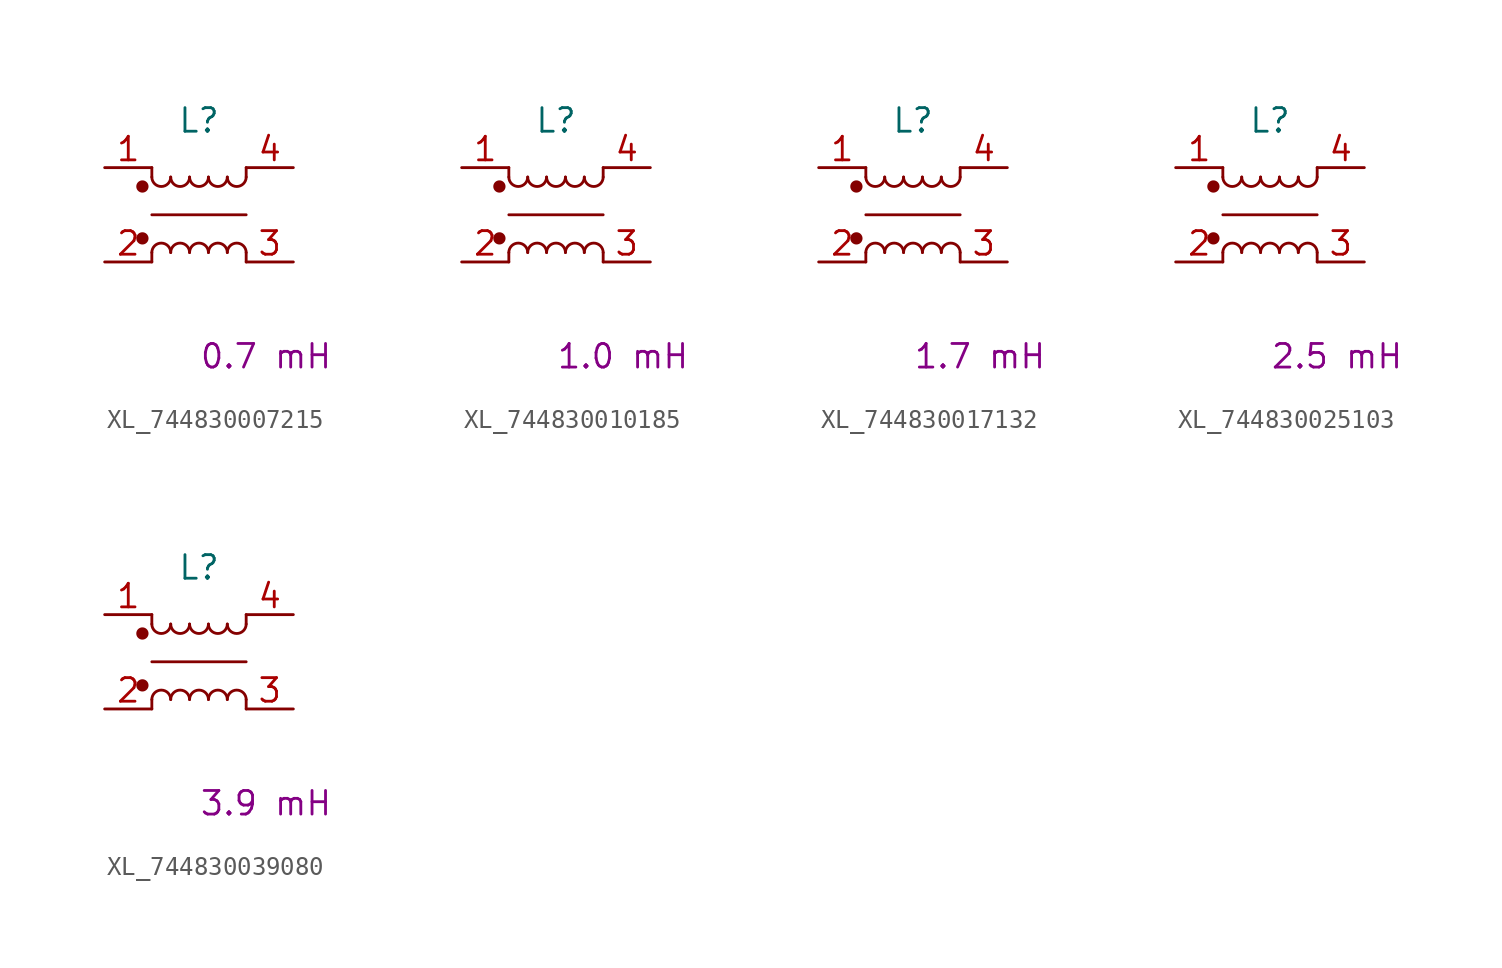
<source format=kicad_sym>
(kicad_symbol_lib
  (version 20220914)
  (generator kicad_symbol_editor)
  (symbol "XL_744830007215"
    (pin_names hide)
    (property "Reference" "L"
      (at 0 5.08 0)
      (effects (font (size 1.27 1.27))))
    (property "Critical Parameter" "0.7 mH"
      (at 0 -7.62 0)
      (effects (font (size 1.27 1.27)) (justify left)))
    (symbol "XL_744830007215_0_1"
      (circle (center -3.048 -1.27) (radius 0.254) (stroke (width 0) (type default)) (fill (type outline)))
      (circle (center -3.048 1.524) (radius 0.254) (stroke (width 0) (type default)) (fill (type outline)))
      (arc (start -2.54 2.032) (mid -2.032 1.5262) (end -1.524 2.032) (stroke (width 0) (type default)) (fill (type none)))
      (arc (start -1.524 -2.032) (mid -2.032 -1.5262) (end -2.54 -2.032) (stroke (width 0) (type default)) (fill (type none)))
      (arc (start -1.524 2.032) (mid -1.016 1.5262) (end -0.508 2.032) (stroke (width 0) (type default)) (fill (type none)))
      (arc (start -0.508 -2.032) (mid -1.016 -1.5262) (end -1.524 -2.032) (stroke (width 0) (type default)) (fill (type none)))
      (arc (start -0.508 2.032) (mid 0 1.5262) (end 0.508 2.032) (stroke (width 0) (type default)) (fill (type none)))
      (polyline (pts (xy -2.54 -2.032) (xy -2.54 -2.54)) (stroke (width 0) (type default)) (fill (type none)))
      (polyline (pts (xy -2.54 2.032) (xy -2.54 2.54)) (stroke (width 0) (type default)) (fill (type none)))
      (polyline (pts (xy 2.54 -2.032) (xy 2.54 -2.54)) (stroke (width 0) (type default)) (fill (type none)))
      (polyline (pts (xy 2.54 0) (xy -2.54 0)) (stroke (width 0) (type default)) (fill (type none)))
      (polyline (pts (xy 2.54 2.54) (xy 2.54 2.032)) (stroke (width 0) (type default)) (fill (type none)))
      (arc (start 0.508 -2.032) (mid 0 -1.5262) (end -0.508 -2.032) (stroke (width 0) (type default)) (fill (type none)))
      (arc (start 0.508 2.032) (mid 1.016 1.5262) (end 1.524 2.032) (stroke (width 0) (type default)) (fill (type none)))
      (arc (start 1.524 -2.032) (mid 1.016 -1.5262) (end 0.508 -2.032) (stroke (width 0) (type default)) (fill (type none)))
      (arc (start 1.524 2.032) (mid 2.032 1.5262) (end 2.54 2.032) (stroke (width 0) (type default)) (fill (type none)))
      (arc (start 2.54 -2.032) (mid 2.032 -1.5262) (end 1.524 -2.032) (stroke (width 0) (type default)) (fill (type none))))
    (symbol "XL_744830007215_1_1"
      (pin passive line (at -5.08 2.54 0) (length 2.54) (name "1" (effects (font (size 1.27 1.27)))) (number "1" (effects (font (size 1.27 1.27)))))
      (pin passive line (at -5.08 -2.54 0) (length 2.54) (name "2" (effects (font (size 1.27 1.27)))) (number "2" (effects (font (size 1.27 1.27)))))
      (pin passive line (at 5.08 -2.54 180) (length 2.54) (name "3" (effects (font (size 1.27 1.27)))) (number "3" (effects (font (size 1.27 1.27)))))
      (pin passive line (at 5.08 2.54 180) (length 2.54) (name "4" (effects (font (size 1.27 1.27)))) (number "4" (effects (font (size 1.27 1.27)))))))
  (symbol "XL_744830010185"
    (pin_names hide)
    (property "Reference" "L"
      (at 0 5.08 0)
      (effects (font (size 1.27 1.27))))
    (property "Critical Parameter" "1.0 mH"
      (at 0 -7.62 0)
      (effects (font (size 1.27 1.27)) (justify left)))
    (symbol "XL_744830010185_0_1"
      (circle (center -3.048 -1.27) (radius 0.254) (stroke (width 0) (type default)) (fill (type outline)))
      (circle (center -3.048 1.524) (radius 0.254) (stroke (width 0) (type default)) (fill (type outline)))
      (arc (start -2.54 2.032) (mid -2.032 1.5262) (end -1.524 2.032) (stroke (width 0) (type default)) (fill (type none)))
      (arc (start -1.524 -2.032) (mid -2.032 -1.5262) (end -2.54 -2.032) (stroke (width 0) (type default)) (fill (type none)))
      (arc (start -1.524 2.032) (mid -1.016 1.5262) (end -0.508 2.032) (stroke (width 0) (type default)) (fill (type none)))
      (arc (start -0.508 -2.032) (mid -1.016 -1.5262) (end -1.524 -2.032) (stroke (width 0) (type default)) (fill (type none)))
      (arc (start -0.508 2.032) (mid 0 1.5262) (end 0.508 2.032) (stroke (width 0) (type default)) (fill (type none)))
      (polyline (pts (xy -2.54 -2.032) (xy -2.54 -2.54)) (stroke (width 0) (type default)) (fill (type none)))
      (polyline (pts (xy -2.54 2.032) (xy -2.54 2.54)) (stroke (width 0) (type default)) (fill (type none)))
      (polyline (pts (xy 2.54 -2.032) (xy 2.54 -2.54)) (stroke (width 0) (type default)) (fill (type none)))
      (polyline (pts (xy 2.54 0) (xy -2.54 0)) (stroke (width 0) (type default)) (fill (type none)))
      (polyline (pts (xy 2.54 2.54) (xy 2.54 2.032)) (stroke (width 0) (type default)) (fill (type none)))
      (arc (start 0.508 -2.032) (mid 0 -1.5262) (end -0.508 -2.032) (stroke (width 0) (type default)) (fill (type none)))
      (arc (start 0.508 2.032) (mid 1.016 1.5262) (end 1.524 2.032) (stroke (width 0) (type default)) (fill (type none)))
      (arc (start 1.524 -2.032) (mid 1.016 -1.5262) (end 0.508 -2.032) (stroke (width 0) (type default)) (fill (type none)))
      (arc (start 1.524 2.032) (mid 2.032 1.5262) (end 2.54 2.032) (stroke (width 0) (type default)) (fill (type none)))
      (arc (start 2.54 -2.032) (mid 2.032 -1.5262) (end 1.524 -2.032) (stroke (width 0) (type default)) (fill (type none))))
    (symbol "XL_744830010185_1_1"
      (pin passive line (at -5.08 2.54 0) (length 2.54) (name "1" (effects (font (size 1.27 1.27)))) (number "1" (effects (font (size 1.27 1.27)))))
      (pin passive line (at -5.08 -2.54 0) (length 2.54) (name "2" (effects (font (size 1.27 1.27)))) (number "2" (effects (font (size 1.27 1.27)))))
      (pin passive line (at 5.08 -2.54 180) (length 2.54) (name "3" (effects (font (size 1.27 1.27)))) (number "3" (effects (font (size 1.27 1.27)))))
      (pin passive line (at 5.08 2.54 180) (length 2.54) (name "4" (effects (font (size 1.27 1.27)))) (number "4" (effects (font (size 1.27 1.27)))))))
  (symbol "XL_744830017132"
    (pin_names hide)
    (property "Reference" "L"
      (at 0 5.08 0)
      (effects (font (size 1.27 1.27))))
    (property "Critical Parameter" "1.7 mH"
      (at 0 -7.62 0)
      (effects (font (size 1.27 1.27)) (justify left)))
    (symbol "XL_744830017132_0_1"
      (circle (center -3.048 -1.27) (radius 0.254) (stroke (width 0) (type default)) (fill (type outline)))
      (circle (center -3.048 1.524) (radius 0.254) (stroke (width 0) (type default)) (fill (type outline)))
      (arc (start -2.54 2.032) (mid -2.032 1.5262) (end -1.524 2.032) (stroke (width 0) (type default)) (fill (type none)))
      (arc (start -1.524 -2.032) (mid -2.032 -1.5262) (end -2.54 -2.032) (stroke (width 0) (type default)) (fill (type none)))
      (arc (start -1.524 2.032) (mid -1.016 1.5262) (end -0.508 2.032) (stroke (width 0) (type default)) (fill (type none)))
      (arc (start -0.508 -2.032) (mid -1.016 -1.5262) (end -1.524 -2.032) (stroke (width 0) (type default)) (fill (type none)))
      (arc (start -0.508 2.032) (mid 0 1.5262) (end 0.508 2.032) (stroke (width 0) (type default)) (fill (type none)))
      (polyline (pts (xy -2.54 -2.032) (xy -2.54 -2.54)) (stroke (width 0) (type default)) (fill (type none)))
      (polyline (pts (xy -2.54 2.032) (xy -2.54 2.54)) (stroke (width 0) (type default)) (fill (type none)))
      (polyline (pts (xy 2.54 -2.032) (xy 2.54 -2.54)) (stroke (width 0) (type default)) (fill (type none)))
      (polyline (pts (xy 2.54 0) (xy -2.54 0)) (stroke (width 0) (type default)) (fill (type none)))
      (polyline (pts (xy 2.54 2.54) (xy 2.54 2.032)) (stroke (width 0) (type default)) (fill (type none)))
      (arc (start 0.508 -2.032) (mid 0 -1.5262) (end -0.508 -2.032) (stroke (width 0) (type default)) (fill (type none)))
      (arc (start 0.508 2.032) (mid 1.016 1.5262) (end 1.524 2.032) (stroke (width 0) (type default)) (fill (type none)))
      (arc (start 1.524 -2.032) (mid 1.016 -1.5262) (end 0.508 -2.032) (stroke (width 0) (type default)) (fill (type none)))
      (arc (start 1.524 2.032) (mid 2.032 1.5262) (end 2.54 2.032) (stroke (width 0) (type default)) (fill (type none)))
      (arc (start 2.54 -2.032) (mid 2.032 -1.5262) (end 1.524 -2.032) (stroke (width 0) (type default)) (fill (type none))))
    (symbol "XL_744830017132_1_1"
      (pin passive line (at -5.08 2.54 0) (length 2.54) (name "1" (effects (font (size 1.27 1.27)))) (number "1" (effects (font (size 1.27 1.27)))))
      (pin passive line (at -5.08 -2.54 0) (length 2.54) (name "2" (effects (font (size 1.27 1.27)))) (number "2" (effects (font (size 1.27 1.27)))))
      (pin passive line (at 5.08 -2.54 180) (length 2.54) (name "3" (effects (font (size 1.27 1.27)))) (number "3" (effects (font (size 1.27 1.27)))))
      (pin passive line (at 5.08 2.54 180) (length 2.54) (name "4" (effects (font (size 1.27 1.27)))) (number "4" (effects (font (size 1.27 1.27)))))))
  (symbol "XL_744830025103"
    (pin_names hide)
    (property "Reference" "L"
      (at 0 5.08 0)
      (effects (font (size 1.27 1.27))))
    (property "Critical Parameter" "2.5 mH"
      (at 0 -7.62 0)
      (effects (font (size 1.27 1.27)) (justify left)))
    (symbol "XL_744830025103_0_1"
      (circle (center -3.048 -1.27) (radius 0.254) (stroke (width 0) (type default)) (fill (type outline)))
      (circle (center -3.048 1.524) (radius 0.254) (stroke (width 0) (type default)) (fill (type outline)))
      (arc (start -2.54 2.032) (mid -2.032 1.5262) (end -1.524 2.032) (stroke (width 0) (type default)) (fill (type none)))
      (arc (start -1.524 -2.032) (mid -2.032 -1.5262) (end -2.54 -2.032) (stroke (width 0) (type default)) (fill (type none)))
      (arc (start -1.524 2.032) (mid -1.016 1.5262) (end -0.508 2.032) (stroke (width 0) (type default)) (fill (type none)))
      (arc (start -0.508 -2.032) (mid -1.016 -1.5262) (end -1.524 -2.032) (stroke (width 0) (type default)) (fill (type none)))
      (arc (start -0.508 2.032) (mid 0 1.5262) (end 0.508 2.032) (stroke (width 0) (type default)) (fill (type none)))
      (polyline (pts (xy -2.54 -2.032) (xy -2.54 -2.54)) (stroke (width 0) (type default)) (fill (type none)))
      (polyline (pts (xy -2.54 2.032) (xy -2.54 2.54)) (stroke (width 0) (type default)) (fill (type none)))
      (polyline (pts (xy 2.54 -2.032) (xy 2.54 -2.54)) (stroke (width 0) (type default)) (fill (type none)))
      (polyline (pts (xy 2.54 0) (xy -2.54 0)) (stroke (width 0) (type default)) (fill (type none)))
      (polyline (pts (xy 2.54 2.54) (xy 2.54 2.032)) (stroke (width 0) (type default)) (fill (type none)))
      (arc (start 0.508 -2.032) (mid 0 -1.5262) (end -0.508 -2.032) (stroke (width 0) (type default)) (fill (type none)))
      (arc (start 0.508 2.032) (mid 1.016 1.5262) (end 1.524 2.032) (stroke (width 0) (type default)) (fill (type none)))
      (arc (start 1.524 -2.032) (mid 1.016 -1.5262) (end 0.508 -2.032) (stroke (width 0) (type default)) (fill (type none)))
      (arc (start 1.524 2.032) (mid 2.032 1.5262) (end 2.54 2.032) (stroke (width 0) (type default)) (fill (type none)))
      (arc (start 2.54 -2.032) (mid 2.032 -1.5262) (end 1.524 -2.032) (stroke (width 0) (type default)) (fill (type none))))
    (symbol "XL_744830025103_1_1"
      (pin passive line (at -5.08 2.54 0) (length 2.54) (name "1" (effects (font (size 1.27 1.27)))) (number "1" (effects (font (size 1.27 1.27)))))
      (pin passive line (at -5.08 -2.54 0) (length 2.54) (name "2" (effects (font (size 1.27 1.27)))) (number "2" (effects (font (size 1.27 1.27)))))
      (pin passive line (at 5.08 -2.54 180) (length 2.54) (name "3" (effects (font (size 1.27 1.27)))) (number "3" (effects (font (size 1.27 1.27)))))
      (pin passive line (at 5.08 2.54 180) (length 2.54) (name "4" (effects (font (size 1.27 1.27)))) (number "4" (effects (font (size 1.27 1.27)))))))
  (symbol "XL_744830039080"
    (pin_names hide)
    (property "Reference" "L"
      (at 0 5.08 0)
      (effects (font (size 1.27 1.27))))
    (property "Critical Parameter" "3.9 mH"
      (at 0 -7.62 0)
      (effects (font (size 1.27 1.27)) (justify left)))
    (symbol "XL_744830039080_0_1"
      (circle (center -3.048 -1.27) (radius 0.254) (stroke (width 0) (type default)) (fill (type outline)))
      (circle (center -3.048 1.524) (radius 0.254) (stroke (width 0) (type default)) (fill (type outline)))
      (arc (start -2.54 2.032) (mid -2.032 1.5262) (end -1.524 2.032) (stroke (width 0) (type default)) (fill (type none)))
      (arc (start -1.524 -2.032) (mid -2.032 -1.5262) (end -2.54 -2.032) (stroke (width 0) (type default)) (fill (type none)))
      (arc (start -1.524 2.032) (mid -1.016 1.5262) (end -0.508 2.032) (stroke (width 0) (type default)) (fill (type none)))
      (arc (start -0.508 -2.032) (mid -1.016 -1.5262) (end -1.524 -2.032) (stroke (width 0) (type default)) (fill (type none)))
      (arc (start -0.508 2.032) (mid 0 1.5262) (end 0.508 2.032) (stroke (width 0) (type default)) (fill (type none)))
      (polyline (pts (xy -2.54 -2.032) (xy -2.54 -2.54)) (stroke (width 0) (type default)) (fill (type none)))
      (polyline (pts (xy -2.54 2.032) (xy -2.54 2.54)) (stroke (width 0) (type default)) (fill (type none)))
      (polyline (pts (xy 2.54 -2.032) (xy 2.54 -2.54)) (stroke (width 0) (type default)) (fill (type none)))
      (polyline (pts (xy 2.54 0) (xy -2.54 0)) (stroke (width 0) (type default)) (fill (type none)))
      (polyline (pts (xy 2.54 2.54) (xy 2.54 2.032)) (stroke (width 0) (type default)) (fill (type none)))
      (arc (start 0.508 -2.032) (mid 0 -1.5262) (end -0.508 -2.032) (stroke (width 0) (type default)) (fill (type none)))
      (arc (start 0.508 2.032) (mid 1.016 1.5262) (end 1.524 2.032) (stroke (width 0) (type default)) (fill (type none)))
      (arc (start 1.524 -2.032) (mid 1.016 -1.5262) (end 0.508 -2.032) (stroke (width 0) (type default)) (fill (type none)))
      (arc (start 1.524 2.032) (mid 2.032 1.5262) (end 2.54 2.032) (stroke (width 0) (type default)) (fill (type none)))
      (arc (start 2.54 -2.032) (mid 2.032 -1.5262) (end 1.524 -2.032) (stroke (width 0) (type default)) (fill (type none))))
    (symbol "XL_744830039080_1_1"
      (pin passive line (at -5.08 2.54 0) (length 2.54) (name "1" (effects (font (size 1.27 1.27)))) (number "1" (effects (font (size 1.27 1.27)))))
      (pin passive line (at -5.08 -2.54 0) (length 2.54) (name "2" (effects (font (size 1.27 1.27)))) (number "2" (effects (font (size 1.27 1.27)))))
      (pin passive line (at 5.08 -2.54 180) (length 2.54) (name "3" (effects (font (size 1.27 1.27)))) (number "3" (effects (font (size 1.27 1.27)))))
      (pin passive line (at 5.08 2.54 180) (length 2.54) (name "4" (effects (font (size 1.27 1.27)))) (number "4" (effects (font (size 1.27 1.27))))))))
</source>
